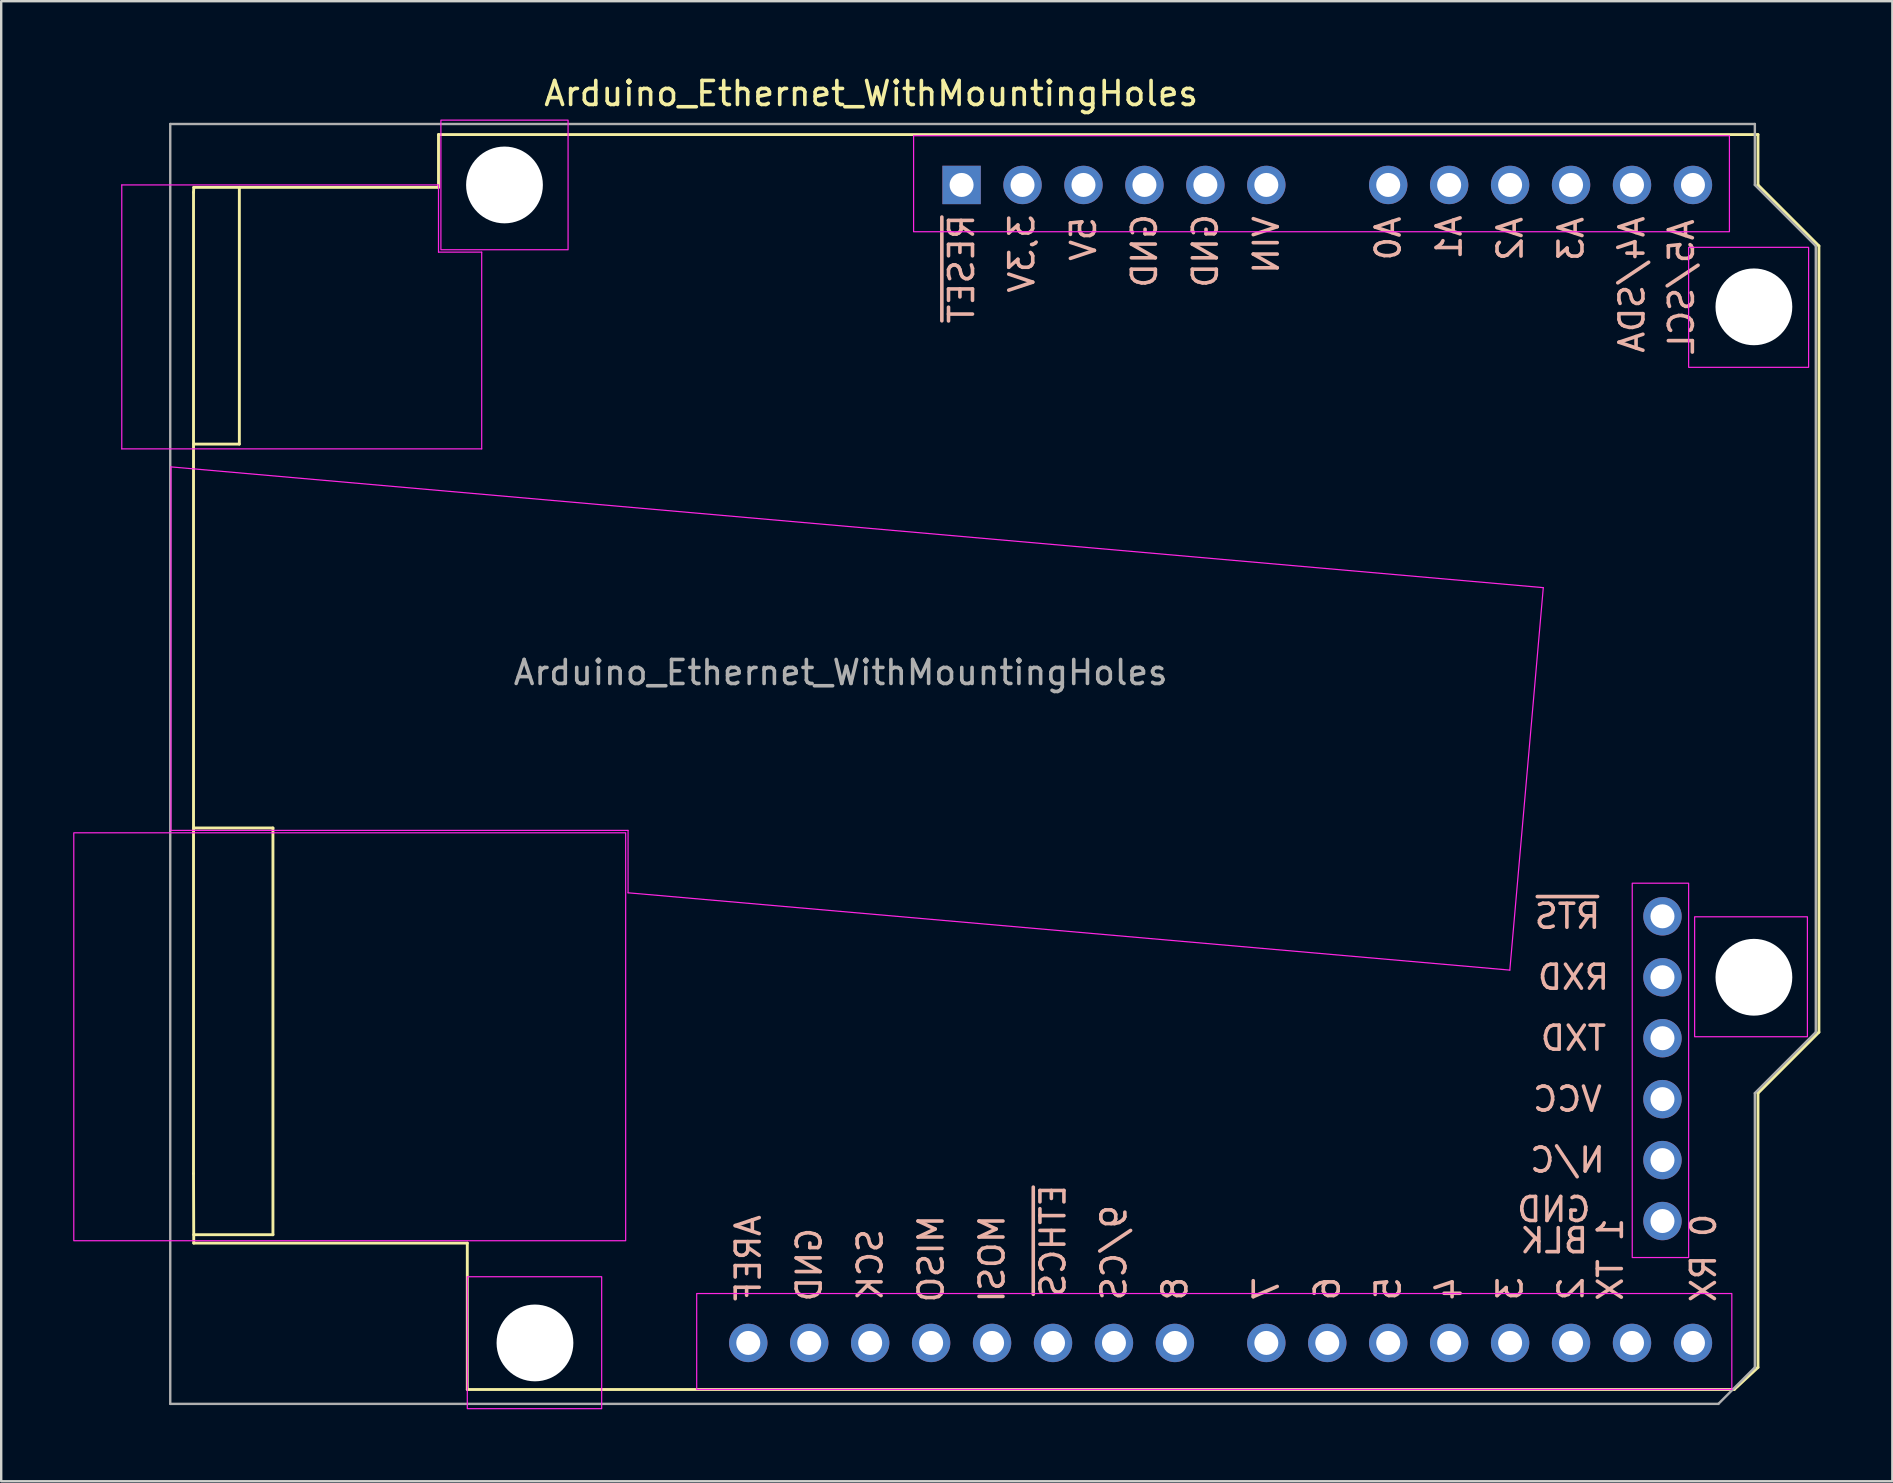
<source format=kicad_pcb>
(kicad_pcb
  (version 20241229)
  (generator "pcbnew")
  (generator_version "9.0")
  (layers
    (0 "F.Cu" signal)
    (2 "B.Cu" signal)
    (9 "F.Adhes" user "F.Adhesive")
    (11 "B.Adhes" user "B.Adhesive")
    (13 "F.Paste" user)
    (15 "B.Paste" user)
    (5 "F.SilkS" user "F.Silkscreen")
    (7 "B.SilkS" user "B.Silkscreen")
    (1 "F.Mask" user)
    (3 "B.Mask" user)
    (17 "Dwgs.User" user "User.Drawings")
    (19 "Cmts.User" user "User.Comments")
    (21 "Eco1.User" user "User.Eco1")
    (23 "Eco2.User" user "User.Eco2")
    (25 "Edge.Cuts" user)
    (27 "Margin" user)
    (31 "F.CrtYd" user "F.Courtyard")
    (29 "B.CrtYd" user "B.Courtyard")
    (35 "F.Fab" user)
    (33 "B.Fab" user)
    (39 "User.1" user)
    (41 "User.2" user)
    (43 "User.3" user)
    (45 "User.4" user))
  (footprint "Arduino_Ethernet_WithMountingHoles"
    (layer "F.Cu")
    (at 37.025 4.658)
    (property "Reference" "Arduino_Ethernet_WithMountingHoles" (at -3.77 -3.81 180) (layer "F.SilkS") (effects (font (size 1 1) (thickness 0.15))))
    (attr through_hole)
    (fp_line (start -32.01 0.31) (end -32.01 41.2) (stroke (width 0.12) (type solid)) (layer "F.SilkS"))
    (fp_line (start -32.01 41.2) (end -32 44.1) (stroke (width 0.12) (type solid)) (layer "F.SilkS"))
    (fp_line (start -32 0.1) (end -32.01 0.31) (stroke (width 0.12) (type solid)) (layer "F.SilkS"))
    (fp_line (start -32 0.1) (end -30.1 0.1) (stroke (width 0.12) (type solid)) (layer "F.SilkS"))
    (fp_line (start -32 26.8) (end -28.7 26.8) (stroke (width 0.12) (type solid)) (layer "F.SilkS"))
    (fp_line (start -32 44.1) (end -20.6 44.1) (stroke (width 0.12) (type solid)) (layer "F.SilkS"))
    (fp_line (start -30.1 0.1) (end -30.1 10.8) (stroke (width 0.12) (type solid)) (layer "F.SilkS"))
    (fp_line (start -30.1 0.1) (end -21.8 0.1) (stroke (width 0.12) (type solid)) (layer "F.SilkS"))
    (fp_line (start -30.1 10.8) (end -32 10.8) (stroke (width 0.12) (type solid)) (layer "F.SilkS"))
    (fp_line (start -28.7 26.8) (end -28.7 43.75) (stroke (width 0.12) (type solid)) (layer "F.SilkS"))
    (fp_line (start -28.7 43.75) (end -32 43.75) (stroke (width 0.12) (type solid)) (layer "F.SilkS"))
    (fp_line (start -21.8 0.1) (end -21.8 -2.1) (stroke (width 0.12) (type solid)) (layer "F.SilkS"))
    (fp_line (start -20.6 44.1) (end -20.6 50.2) (stroke (width 0.12) (type solid)) (layer "F.SilkS"))
    (fp_line (start -20.6 50.2) (end 32.2 50.2) (stroke (width 0.12) (type solid)) (layer "F.SilkS"))
    (fp_line (start 32.2 50.2) (end 33.19 49.28) (stroke (width 0.12) (type solid)) (layer "F.SilkS"))
    (fp_line (start 33.19 -2.1) (end -21.8 -2.1) (stroke (width 0.12) (type solid)) (layer "F.SilkS"))
    (fp_line (start 33.19 0) (end 33.19 -2.1) (stroke (width 0.12) (type solid)) (layer "F.SilkS"))
    (fp_line (start 33.19 37.85) (end 35.73 35.31) (stroke (width 0.12) (type solid)) (layer "F.SilkS"))
    (fp_line (start 33.19 49.28) (end 33.19 37.85) (stroke (width 0.12) (type solid)) (layer "F.SilkS"))
    (fp_line (start 35.73 2.54) (end 33.19 0) (stroke (width 0.12) (type solid)) (layer "F.SilkS"))
    (fp_line (start 35.73 35.31) (end 35.73 2.54) (stroke (width 0.12) (type solid)) (layer "F.SilkS"))
    (fp_line (start -35 0) (end -35 11) (stroke (width 0.05) (type solid)) (layer "F.CrtYd"))
    (fp_line (start -35 11) (end -20 11) (stroke (width 0.05) (type solid)) (layer "F.CrtYd"))
    (fp_line (start -32.95 11.75) (end 24.243 16.783) (stroke (width 0.05) (type solid)) (layer "F.CrtYd"))
    (fp_line (start -32.95 26.9) (end -32.95 11.75) (stroke (width 0.05) (type solid)) (layer "F.CrtYd"))
    (fp_line (start -21.8 0) (end -35 0) (stroke (width 0.05) (type solid)) (layer "F.CrtYd"))
    (fp_line (start -21.8 2.8) (end -21.8 0) (stroke (width 0.05) (type solid)) (layer "F.CrtYd"))
    (fp_line (start -20 2.8) (end -21.8 2.8) (stroke (width 0.05) (type solid)) (layer "F.CrtYd"))
    (fp_line (start -20 11) (end -20 2.8) (stroke (width 0.05) (type solid)) (layer "F.CrtYd"))
    (fp_line (start -13.9 26.9) (end -32.95 26.9) (stroke (width 0.05) (type solid)) (layer "F.CrtYd"))
    (fp_line (start -13.9 29.5) (end -13.9 26.9) (stroke (width 0.05) (type solid)) (layer "F.CrtYd"))
    (fp_line (start 22.848 32.722) (end -13.9 29.5) (stroke (width 0.05) (type solid)) (layer "F.CrtYd"))
    (fp_line (start 24.243 16.783) (end 22.848 32.722) (stroke (width 0.05) (type solid)) (layer "F.CrtYd"))
    (fp_rect (start -37 27) (end -14 44) (stroke (width 0.05) (type solid)) (fill no) (layer "F.CrtYd"))
    (fp_rect (start -21.7 -2.7) (end -16.4 2.7) (stroke (width 0.05) (type solid)) (fill no) (layer "F.CrtYd"))
    (fp_rect (start -20.6 45.5) (end -15 51) (stroke (width 0.05) (type solid)) (fill no) (layer "F.CrtYd"))
    (fp_rect (start -11.04 50.2) (end 32.1 46.2) (stroke (width 0.05) (type solid)) (fill no) (layer "F.CrtYd"))
    (fp_rect (start -2 -2.05) (end 32 1.95) (stroke (width 0.05) (type solid)) (fill no) (layer "F.CrtYd"))
    (fp_rect (start 27.95 29.1) (end 30.3 44.7) (stroke (width 0.05) (type solid)) (fill no) (layer "F.CrtYd"))
    (fp_rect (start 30.55 30.5) (end 35.25 35.5) (stroke (width 0.05) (type solid)) (fill no) (layer "F.CrtYd"))
    (fp_rect (start 35.3 7.6) (end 30.3 2.6) (stroke (width 0.05) (type solid)) (fill no) (layer "F.CrtYd"))
    (fp_line (start -32.98 -2.54) (end 33.06 -2.54) (stroke (width 0.1) (type solid)) (layer "F.Fab"))
    (fp_line (start -32.98 50.8) (end -32.98 -2.54) (stroke (width 0.1) (type solid)) (layer "F.Fab"))
    (fp_line (start 31.54 50.8) (end -32.98 50.8) (stroke (width 0.1) (type solid)) (layer "F.Fab"))
    (fp_line (start 33.06 -2.54) (end 33.06 0) (stroke (width 0.1) (type solid)) (layer "F.Fab"))
    (fp_line (start 33.06 0) (end 35.6 2.54) (stroke (width 0.1) (type solid)) (layer "F.Fab"))
    (fp_line (start 33.06 37.85) (end 33.06 49.28) (stroke (width 0.1) (type solid)) (layer "F.Fab"))
    (fp_line (start 33.06 49.28) (end 31.54 50.8) (stroke (width 0.1) (type solid)) (layer "F.Fab"))
    (fp_line (start 35.6 2.54) (end 35.6 35.31) (stroke (width 0.1) (type solid)) (layer "F.Fab"))
    (fp_line (start 35.6 35.31) (end 33.06 37.85) (stroke (width 0.1) (type solid)) (layer "F.Fab"))
    (fp_text user "5V" (at 5.08 2.25 90) (unlocked yes) (layer "B.SilkS") (effects (font (size 1 1) (thickness 0.15)) (justify mirror)))
    (fp_text user "VIN" (at 12.7 2.5 90) (unlocked yes) (layer "B.SilkS") (effects (font (size 1 1) (thickness 0.15)) (justify mirror)))
    (fp_text user "BLK" (at 24.7 44 0) (unlocked yes) (layer "B.SilkS") (effects (font (size 1 1) (thickness 0.15)) (justify mirror)))
    (fp_text user "~{ETHCS}" (at 3.81 44 90) (unlocked yes) (layer "B.SilkS") (effects (font (size 1 1) (thickness 0.15)) (justify mirror)))
    (fp_text user "GND" (at 7.62 2.75 90) (unlocked yes) (layer "B.SilkS") (effects (font (size 1 1) (thickness 0.15)) (justify mirror)))
    (fp_text user "A3" (at 25.4 2.25 90) (unlocked yes) (layer "B.SilkS") (effects (font (size 1 1) (thickness 0.15)) (justify mirror)))
    (fp_text user "RXD" (at 25.5 33.02 0) (unlocked yes) (layer "B.SilkS") (effects (font (size 1 1) (thickness 0.15)) (justify mirror)))
    (fp_text user "AREF" (at -8.89 44.75 90) (unlocked yes) (layer "B.SilkS") (effects (font (size 1 1) (thickness 0.15)) (justify mirror)))
    (fp_text user "0 RX" (at 30.92 44.72 90) (unlocked yes) (layer "B.SilkS") (effects (font (size 1 1) (thickness 0.15)) (justify mirror)))
    (fp_text user "A1" (at 20.32 2.18 90) (unlocked yes) (layer "B.SilkS") (effects (font (size 1 1) (thickness 0.15)) (justify mirror)))
    (fp_text user "GND " (at 24.3 42.7 0) (unlocked yes) (layer "B.SilkS") (effects (font (size 1 1) (thickness 0.15)) (justify mirror)))
    (fp_text user "5" (at 17.78 46 90) (unlocked yes) (layer "B.SilkS") (effects (font (size 1 1) (thickness 0.15)) (justify mirror)))
    (fp_text user "GND" (at -6.35 45 90) (unlocked yes) (layer "B.SilkS") (effects (font (size 1 1) (thickness 0.15)) (justify mirror)))
    (fp_text user "8" (at 8.89 46 90) (unlocked yes) (layer "B.SilkS") (effects (font (size 1 1) (thickness 0.15)) (justify mirror)))
    (fp_text user "4" (at 20.32 46 90) (unlocked yes) (layer "B.SilkS") (effects (font (size 1 1) (thickness 0.15)) (justify mirror)))
    (fp_text user "3,3V" (at 2.51 2.86 90) (unlocked yes) (layer "B.SilkS") (effects (font (size 1 1) (thickness 0.15)) (justify mirror)))
    (fp_text user "A0" (at 17.78 2.23 90) (unlocked yes) (layer "B.SilkS") (effects (font (size 1 1) (thickness 0.15)) (justify mirror)))
    (fp_text user "GND" (at 10.16 2.75 90) (unlocked yes) (layer "B.SilkS") (effects (font (size 1 1) (thickness 0.15)) (justify mirror)))
    (fp_text user "2" (at 25.4 46 90) (unlocked yes) (layer "B.SilkS") (effects (font (size 1 1) (thickness 0.15)) (justify mirror)))
    (fp_text user "A5/SCL" (at 30 4.25 90) (unlocked yes) (layer "B.SilkS") (effects (font (size 1 1) (thickness 0.15)) (justify mirror)))
    (fp_text user "MISO" (at -1.27 44.75 90) (unlocked yes) (layer "B.SilkS") (effects (font (size 1 1) (thickness 0.15)) (justify mirror)))
    (fp_text user "6" (at 15.24 46 90) (unlocked yes) (layer "B.SilkS") (effects (font (size 1 1) (thickness 0.15)) (justify mirror)))
    (fp_text user "~{RTS}" (at 25.25 30.48 0) (unlocked yes) (layer "B.SilkS") (effects (font (size 1 1) (thickness 0.15)) (justify mirror)))
    (fp_text user "VCC" (at 25.25 38.1 0) (unlocked yes) (layer "B.SilkS") (effects (font (size 1 1) (thickness 0.15)) (justify mirror)))
    (fp_text user "A4/SDA" (at 27.94 4.15 90) (unlocked yes) (layer "B.SilkS") (effects (font (size 1 1) (thickness 0.15)) (justify mirror)))
    (fp_text user "N/C" (at 25.25 40.64 0) (unlocked yes) (layer "B.SilkS") (effects (font (size 1 1) (thickness 0.15)) (justify mirror)))
    (fp_text user "7" (at 12.7 46 90) (unlocked yes) (layer "B.SilkS") (effects (font (size 1 1) (thickness 0.15)) (justify mirror)))
    (fp_text user "SCK" (at -3.81 45 90) (unlocked yes) (layer "B.SilkS") (effects (font (size 1 1) (thickness 0.15)) (justify mirror)))
    (fp_text user "~{RESET}" (at 0 3.5 90) (unlocked yes) (layer "B.SilkS") (effects (font (size 1 1) (thickness 0.15)) (justify mirror)))
    (fp_text user "3" (at 22.86 46 90) (unlocked yes) (layer "B.SilkS") (effects (font (size 1 1) (thickness 0.15)) (justify mirror)))
    (fp_text user "MOSI" (at 1.27 44.75 90) (unlocked yes) (layer "B.SilkS") (effects (font (size 1 1) (thickness 0.15)) (justify mirror)))
    (fp_text user "9/CS" (at 6.35 44.5 90) (unlocked yes) (layer "B.SilkS") (effects (font (size 1 1) (thickness 0.15)) (justify mirror)))
    (fp_text user "TXD" (at 25.5 35.56 0) (unlocked yes) (layer "B.SilkS") (effects (font (size 1 1) (thickness 0.15)) (justify mirror)))
    (fp_text user "A2" (at 22.86 2.25 90) (unlocked yes) (layer "B.SilkS") (effects (font (size 1 1) (thickness 0.15)) (justify mirror)))
    (fp_text user "1 TX" (at 27.04 44.78 90) (unlocked yes) (layer "B.SilkS") (effects (font (size 1 1) (thickness 0.15)) (justify mirror)))
    (fp_text user "${REFERENCE}" (at -5.04 20.32 180) (layer "F.Fab") (effects (font (size 1 1) (thickness 0.15))))
    (pad "" np_thru_hole circle (at -19.05 0 90) (size 3.2 3.2) (drill 3.2) (layers "*.Cu" "*.Mask"))
    (pad "" np_thru_hole circle (at -17.78 48.26 90) (size 3.2 3.2) (drill 3.2) (layers "*.Cu" "*.Mask"))
    (pad "" np_thru_hole circle (at 33.02 5.08 90) (size 3.2 3.2) (drill 3.2) (layers "*.Cu" "*.Mask"))
    (pad "" np_thru_hole circle (at 33.02 33.02 90) (size 3.2 3.2) (drill 3.2) (layers "*.Cu" "*.Mask"))
    (pad "1" thru_hole rect (at 0 0 90) (size 1.6 1.6) (drill 1) (layers "*.Cu" "*.Mask"))
    (pad "2" thru_hole oval (at 2.54 0 90) (size 1.6 1.6) (drill 1) (layers "*.Cu" "*.Mask"))
    (pad "3" thru_hole oval (at 5.08 0 90) (size 1.6 1.6) (drill 1) (layers "*.Cu" "*.Mask"))
    (pad "4" thru_hole oval (at 7.62 0 90) (size 1.6 1.6) (drill 1) (layers "*.Cu" "*.Mask"))
    (pad "5" thru_hole oval (at 10.16 0 90) (size 1.6 1.6) (drill 1) (layers "*.Cu" "*.Mask"))
    (pad "6" thru_hole oval (at 12.7 0 90) (size 1.6 1.6) (drill 1) (layers "*.Cu" "*.Mask"))
    (pad "7" thru_hole oval (at 17.78 0 90) (size 1.6 1.6) (drill 1) (layers "*.Cu" "*.Mask"))
    (pad "8" thru_hole oval (at 20.32 0 90) (size 1.6 1.6) (drill 1) (layers "*.Cu" "*.Mask"))
    (pad "9" thru_hole oval (at 22.86 0 90) (size 1.6 1.6) (drill 1) (layers "*.Cu" "*.Mask"))
    (pad "10" thru_hole oval (at 25.4 0 90) (size 1.6 1.6) (drill 1) (layers "*.Cu" "*.Mask"))
    (pad "11" thru_hole oval (at 27.94 0 90) (size 1.6 1.6) (drill 1) (layers "*.Cu" "*.Mask"))
    (pad "12" thru_hole oval (at 30.48 0 90) (size 1.6 1.6) (drill 1) (layers "*.Cu" "*.Mask"))
    (pad "13" thru_hole oval (at 30.48 48.26 90) (size 1.6 1.6) (drill 1) (layers "*.Cu" "*.Mask"))
    (pad "14" thru_hole oval (at 27.94 48.26 90) (size 1.6 1.6) (drill 1) (layers "*.Cu" "*.Mask"))
    (pad "15" thru_hole oval (at 25.4 48.26 90) (size 1.6 1.6) (drill 1) (layers "*.Cu" "*.Mask"))
    (pad "16" thru_hole oval (at 22.86 48.26 90) (size 1.6 1.6) (drill 1) (layers "*.Cu" "*.Mask"))
    (pad "17" thru_hole oval (at 20.32 48.26 90) (size 1.6 1.6) (drill 1) (layers "*.Cu" "*.Mask"))
    (pad "18" thru_hole oval (at 17.78 48.26 90) (size 1.6 1.6) (drill 1) (layers "*.Cu" "*.Mask"))
    (pad "19" thru_hole oval (at 15.24 48.26 90) (size 1.6 1.6) (drill 1) (layers "*.Cu" "*.Mask"))
    (pad "20" thru_hole oval (at 12.7 48.26 90) (size 1.6 1.6) (drill 1) (layers "*.Cu" "*.Mask"))
    (pad "21" thru_hole oval (at 8.89 48.26 90) (size 1.6 1.6) (drill 1) (layers "*.Cu" "*.Mask"))
    (pad "22" thru_hole oval (at 6.35 48.26 90) (size 1.6 1.6) (drill 1) (layers "*.Cu" "*.Mask"))
    (pad "23" thru_hole oval (at 3.81 48.26 90) (size 1.6 1.6) (drill 1) (layers "*.Cu" "*.Mask"))
    (pad "24" thru_hole oval (at 1.27 48.26 90) (size 1.6 1.6) (drill 1) (layers "*.Cu" "*.Mask"))
    (pad "25" thru_hole oval (at -1.27 48.26 90) (size 1.6 1.6) (drill 1) (layers "*.Cu" "*.Mask"))
    (pad "26" thru_hole oval (at -3.81 48.26 90) (size 1.6 1.6) (drill 1) (layers "*.Cu" "*.Mask"))
    (pad "27" thru_hole oval (at -6.35 48.26 90) (size 1.6 1.6) (drill 1) (layers "*.Cu" "*.Mask"))
    (pad "28" thru_hole oval (at -8.89 48.26 90) (size 1.6 1.6) (drill 1) (layers "*.Cu" "*.Mask"))
    (pad "29" thru_hole oval (at 29.21 43.18 90) (size 1.6 1.6) (drill 1) (layers "*.Cu" "*.Mask"))
    (pad "30" thru_hole oval (at 29.21 40.64 90) (size 1.6 1.6) (drill 1) (layers "*.Cu" "*.Mask"))
    (pad "31" thru_hole oval (at 29.21 38.1 90) (size 1.6 1.6) (drill 1) (layers "*.Cu" "*.Mask"))
    (pad "32" thru_hole oval (at 29.21 35.56 90) (size 1.6 1.6) (drill 1) (layers "*.Cu" "*.Mask"))
    (pad "33" thru_hole oval (at 29.21 33.02 90) (size 1.6 1.6) (drill 1) (layers "*.Cu" "*.Mask"))
    (pad "34" thru_hole oval (at 29.21 30.48 90) (size 1.6 1.6) (drill 1) (layers "*.Cu" "*.Mask")))
  (gr_rect
    (start -3 -3)
    (end 75.815 58.683)
    (stroke (width 0.1) (type default))
    (fill no)
    (layer "Edge.Cuts")))
</source>
